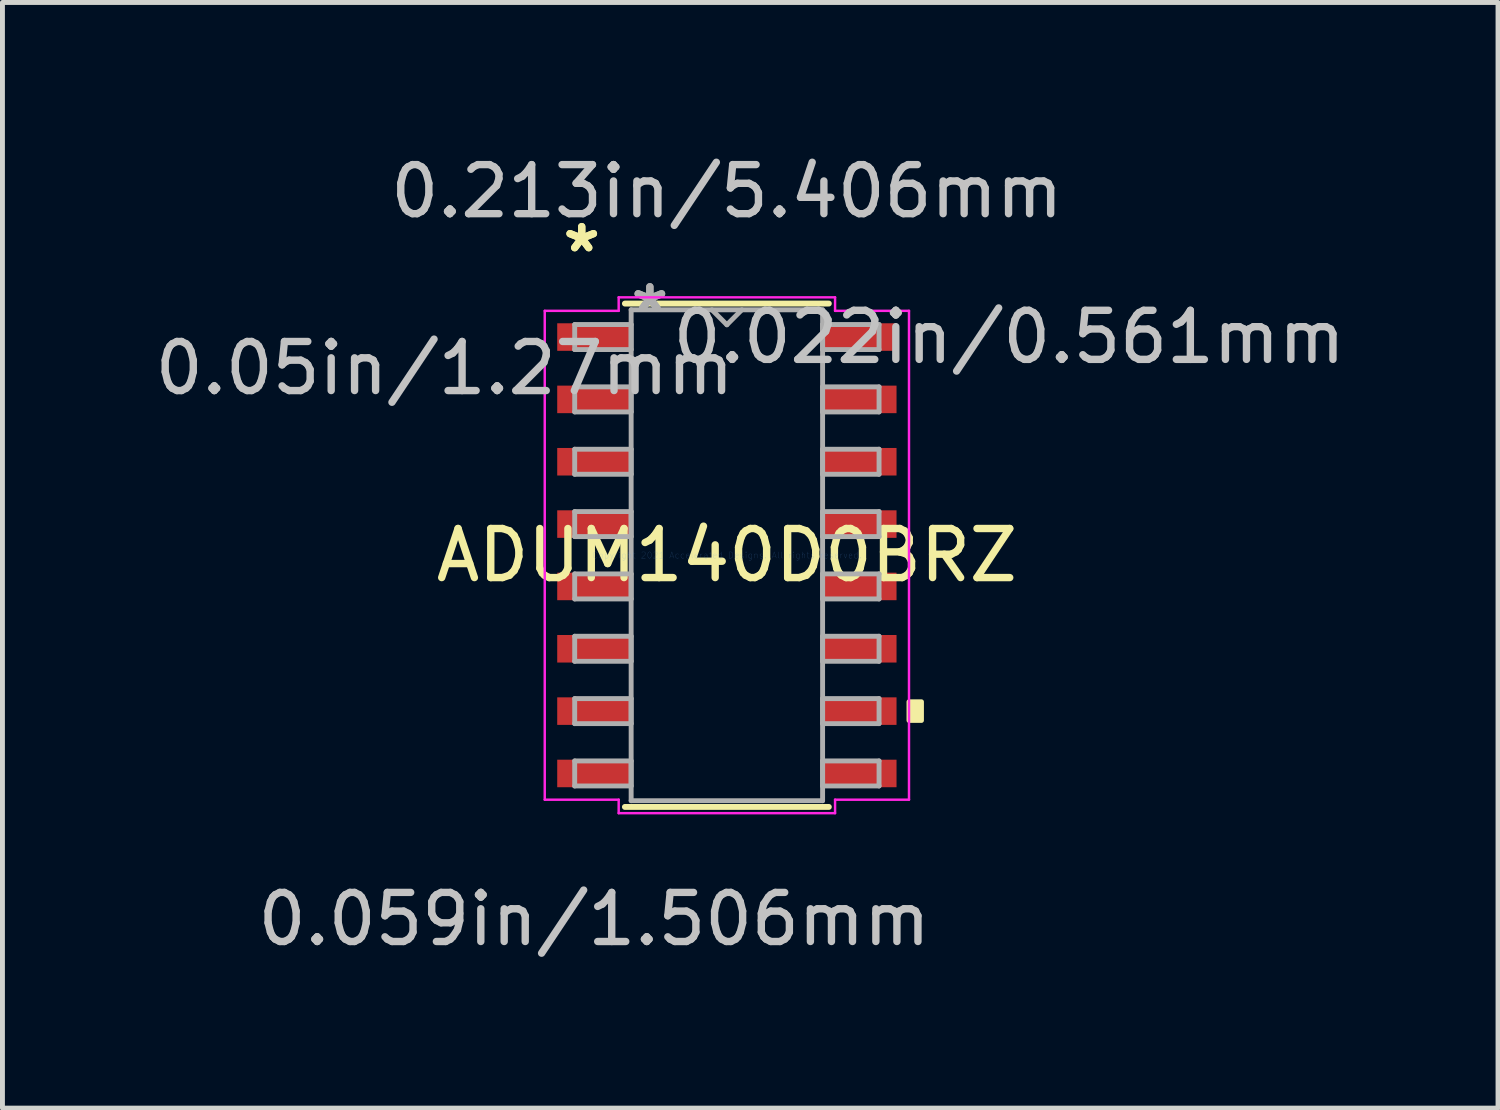
<source format=kicad_pcb>
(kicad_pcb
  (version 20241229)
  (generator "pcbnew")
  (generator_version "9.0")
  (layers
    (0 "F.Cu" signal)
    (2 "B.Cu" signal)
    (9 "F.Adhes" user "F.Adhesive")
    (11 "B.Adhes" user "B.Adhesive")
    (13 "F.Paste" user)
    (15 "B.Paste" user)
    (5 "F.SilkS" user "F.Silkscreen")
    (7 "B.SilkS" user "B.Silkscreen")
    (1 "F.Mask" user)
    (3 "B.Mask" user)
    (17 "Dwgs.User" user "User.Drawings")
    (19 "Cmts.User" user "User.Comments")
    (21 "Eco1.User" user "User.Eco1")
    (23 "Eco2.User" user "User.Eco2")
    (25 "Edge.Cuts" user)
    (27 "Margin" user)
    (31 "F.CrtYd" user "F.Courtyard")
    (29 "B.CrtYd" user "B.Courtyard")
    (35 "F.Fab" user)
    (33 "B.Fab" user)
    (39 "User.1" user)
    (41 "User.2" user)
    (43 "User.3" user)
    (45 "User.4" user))
  (footprint "ADUM140D0BRZ"
    (layer "F.Cu")
    (at 11.757 8.261)
    (property "Reference" "ADUM140D0BRZ" (at 0 0 0) (layer "F.SilkS") (effects (font (size 1 1) (thickness 0.15))))
    (attr through_hole)
    (fp_line (start -2.077 5.127) (end 2.077 5.127) (stroke (width 0.12) (type solid)) (layer "F.SilkS"))
    (fp_line (start 2.077 -5.127) (end -2.077 -5.127) (stroke (width 0.12) (type solid)) (layer "F.SilkS"))
    (fp_poly (pts (xy 3.964 2.985) (xy 3.964 3.365) (xy 3.71 3.365) (xy 3.71 2.985)) (stroke (width 0.1) (type solid)) (fill yes) (layer "F.SilkS"))
    (fp_line (start -3.71 -4.979) (end -2.204 -4.979) (stroke (width 0.05) (type solid)) (layer "F.CrtYd"))
    (fp_line (start -3.71 4.979) (end -3.71 -4.979) (stroke (width 0.05) (type solid)) (layer "F.CrtYd"))
    (fp_line (start -2.204 -5.254) (end 2.204 -5.254) (stroke (width 0.05) (type solid)) (layer "F.CrtYd"))
    (fp_line (start -2.204 -4.979) (end -2.204 -5.254) (stroke (width 0.05) (type solid)) (layer "F.CrtYd"))
    (fp_line (start -2.204 4.979) (end -3.71 4.979) (stroke (width 0.05) (type solid)) (layer "F.CrtYd"))
    (fp_line (start -2.204 5.254) (end -2.204 4.979) (stroke (width 0.05) (type solid)) (layer "F.CrtYd"))
    (fp_line (start 2.204 -5.254) (end 2.204 -4.979) (stroke (width 0.05) (type solid)) (layer "F.CrtYd"))
    (fp_line (start 2.204 -4.979) (end 3.71 -4.979) (stroke (width 0.05) (type solid)) (layer "F.CrtYd"))
    (fp_line (start 2.204 4.979) (end 2.204 5.254) (stroke (width 0.05) (type solid)) (layer "F.CrtYd"))
    (fp_line (start 2.204 5.254) (end -2.204 5.254) (stroke (width 0.05) (type solid)) (layer "F.CrtYd"))
    (fp_line (start 3.71 -4.979) (end 3.71 4.979) (stroke (width 0.05) (type solid)) (layer "F.CrtYd"))
    (fp_line (start 3.71 4.979) (end 2.204 4.979) (stroke (width 0.05) (type solid)) (layer "F.CrtYd"))
    (fp_line (start -3.1 -4.7) (end -3.1 -4.19) (stroke (width 0.1) (type solid)) (layer "F.Fab"))
    (fp_line (start -3.1 -4.19) (end -1.95 -4.19) (stroke (width 0.1) (type solid)) (layer "F.Fab"))
    (fp_line (start -3.1 -3.43) (end -3.1 -2.92) (stroke (width 0.1) (type solid)) (layer "F.Fab"))
    (fp_line (start -3.1 -2.92) (end -1.95 -2.92) (stroke (width 0.1) (type solid)) (layer "F.Fab"))
    (fp_line (start -3.1 -2.16) (end -3.1 -1.65) (stroke (width 0.1) (type solid)) (layer "F.Fab"))
    (fp_line (start -3.1 -1.65) (end -1.95 -1.65) (stroke (width 0.1) (type solid)) (layer "F.Fab"))
    (fp_line (start -3.1 -0.89) (end -3.1 -0.38) (stroke (width 0.1) (type solid)) (layer "F.Fab"))
    (fp_line (start -3.1 -0.38) (end -1.95 -0.38) (stroke (width 0.1) (type solid)) (layer "F.Fab"))
    (fp_line (start -3.1 0.38) (end -3.1 0.89) (stroke (width 0.1) (type solid)) (layer "F.Fab"))
    (fp_line (start -3.1 0.89) (end -1.95 0.89) (stroke (width 0.1) (type solid)) (layer "F.Fab"))
    (fp_line (start -3.1 1.65) (end -3.1 2.16) (stroke (width 0.1) (type solid)) (layer "F.Fab"))
    (fp_line (start -3.1 2.16) (end -1.95 2.16) (stroke (width 0.1) (type solid)) (layer "F.Fab"))
    (fp_line (start -3.1 2.92) (end -3.1 3.43) (stroke (width 0.1) (type solid)) (layer "F.Fab"))
    (fp_line (start -3.1 3.43) (end -1.95 3.43) (stroke (width 0.1) (type solid)) (layer "F.Fab"))
    (fp_line (start -3.1 4.19) (end -3.1 4.7) (stroke (width 0.1) (type solid)) (layer "F.Fab"))
    (fp_line (start -3.1 4.7) (end -1.95 4.7) (stroke (width 0.1) (type solid)) (layer "F.Fab"))
    (fp_line (start -1.95 -5) (end -1.95 5) (stroke (width 0.1) (type solid)) (layer "F.Fab"))
    (fp_line (start -1.95 -4.7) (end -3.1 -4.7) (stroke (width 0.1) (type solid)) (layer "F.Fab"))
    (fp_line (start -1.95 -4.19) (end -1.95 -4.7) (stroke (width 0.1) (type solid)) (layer "F.Fab"))
    (fp_line (start -1.95 -3.43) (end -3.1 -3.43) (stroke (width 0.1) (type solid)) (layer "F.Fab"))
    (fp_line (start -1.95 -2.92) (end -1.95 -3.43) (stroke (width 0.1) (type solid)) (layer "F.Fab"))
    (fp_line (start -1.95 -2.16) (end -3.1 -2.16) (stroke (width 0.1) (type solid)) (layer "F.Fab"))
    (fp_line (start -1.95 -1.65) (end -1.95 -2.16) (stroke (width 0.1) (type solid)) (layer "F.Fab"))
    (fp_line (start -1.95 -0.89) (end -3.1 -0.89) (stroke (width 0.1) (type solid)) (layer "F.Fab"))
    (fp_line (start -1.95 -0.38) (end -1.95 -0.89) (stroke (width 0.1) (type solid)) (layer "F.Fab"))
    (fp_line (start -1.95 0.38) (end -3.1 0.38) (stroke (width 0.1) (type solid)) (layer "F.Fab"))
    (fp_line (start -1.95 0.89) (end -1.95 0.38) (stroke (width 0.1) (type solid)) (layer "F.Fab"))
    (fp_line (start -1.95 1.65) (end -3.1 1.65) (stroke (width 0.1) (type solid)) (layer "F.Fab"))
    (fp_line (start -1.95 2.16) (end -1.95 1.65) (stroke (width 0.1) (type solid)) (layer "F.Fab"))
    (fp_line (start -1.95 2.92) (end -3.1 2.92) (stroke (width 0.1) (type solid)) (layer "F.Fab"))
    (fp_line (start -1.95 3.43) (end -1.95 2.92) (stroke (width 0.1) (type solid)) (layer "F.Fab"))
    (fp_line (start -1.95 4.19) (end -3.1 4.19) (stroke (width 0.1) (type solid)) (layer "F.Fab"))
    (fp_line (start -1.95 4.7) (end -1.95 4.19) (stroke (width 0.1) (type solid)) (layer "F.Fab"))
    (fp_line (start -1.95 5) (end 1.95 5) (stroke (width 0.1) (type solid)) (layer "F.Fab"))
    (fp_line (start -0.305 -5) (end 0 -4.695) (stroke (width 0.1) (type solid)) (layer "F.Fab"))
    (fp_line (start 0 -4.695) (end 0.305 -5) (stroke (width 0.1) (type solid)) (layer "F.Fab"))
    (fp_line (start 1.95 -5) (end -1.95 -5) (stroke (width 0.1) (type solid)) (layer "F.Fab"))
    (fp_line (start 1.95 -4.7) (end 1.95 -4.19) (stroke (width 0.1) (type solid)) (layer "F.Fab"))
    (fp_line (start 1.95 -4.19) (end 3.1 -4.19) (stroke (width 0.1) (type solid)) (layer "F.Fab"))
    (fp_line (start 1.95 -3.43) (end 1.95 -2.92) (stroke (width 0.1) (type solid)) (layer "F.Fab"))
    (fp_line (start 1.95 -2.92) (end 3.1 -2.92) (stroke (width 0.1) (type solid)) (layer "F.Fab"))
    (fp_line (start 1.95 -2.16) (end 1.95 -1.65) (stroke (width 0.1) (type solid)) (layer "F.Fab"))
    (fp_line (start 1.95 -1.65) (end 3.1 -1.65) (stroke (width 0.1) (type solid)) (layer "F.Fab"))
    (fp_line (start 1.95 -0.89) (end 1.95 -0.38) (stroke (width 0.1) (type solid)) (layer "F.Fab"))
    (fp_line (start 1.95 -0.38) (end 3.1 -0.38) (stroke (width 0.1) (type solid)) (layer "F.Fab"))
    (fp_line (start 1.95 0.38) (end 1.95 0.89) (stroke (width 0.1) (type solid)) (layer "F.Fab"))
    (fp_line (start 1.95 0.89) (end 3.1 0.89) (stroke (width 0.1) (type solid)) (layer "F.Fab"))
    (fp_line (start 1.95 1.65) (end 1.95 2.16) (stroke (width 0.1) (type solid)) (layer "F.Fab"))
    (fp_line (start 1.95 2.16) (end 3.1 2.16) (stroke (width 0.1) (type solid)) (layer "F.Fab"))
    (fp_line (start 1.95 2.92) (end 1.95 3.43) (stroke (width 0.1) (type solid)) (layer "F.Fab"))
    (fp_line (start 1.95 3.43) (end 3.1 3.43) (stroke (width 0.1) (type solid)) (layer "F.Fab"))
    (fp_line (start 1.95 4.19) (end 1.95 4.7) (stroke (width 0.1) (type solid)) (layer "F.Fab"))
    (fp_line (start 1.95 4.7) (end 3.1 4.7) (stroke (width 0.1) (type solid)) (layer "F.Fab"))
    (fp_line (start 1.95 5) (end 1.95 -5) (stroke (width 0.1) (type solid)) (layer "F.Fab"))
    (fp_line (start 3.1 -4.7) (end 1.95 -4.7) (stroke (width 0.1) (type solid)) (layer "F.Fab"))
    (fp_line (start 3.1 -4.19) (end 3.1 -4.7) (stroke (width 0.1) (type solid)) (layer "F.Fab"))
    (fp_line (start 3.1 -3.43) (end 1.95 -3.43) (stroke (width 0.1) (type solid)) (layer "F.Fab"))
    (fp_line (start 3.1 -2.92) (end 3.1 -3.43) (stroke (width 0.1) (type solid)) (layer "F.Fab"))
    (fp_line (start 3.1 -2.16) (end 1.95 -2.16) (stroke (width 0.1) (type solid)) (layer "F.Fab"))
    (fp_line (start 3.1 -1.65) (end 3.1 -2.16) (stroke (width 0.1) (type solid)) (layer "F.Fab"))
    (fp_line (start 3.1 -0.89) (end 1.95 -0.89) (stroke (width 0.1) (type solid)) (layer "F.Fab"))
    (fp_line (start 3.1 -0.38) (end 3.1 -0.89) (stroke (width 0.1) (type solid)) (layer "F.Fab"))
    (fp_line (start 3.1 0.38) (end 1.95 0.38) (stroke (width 0.1) (type solid)) (layer "F.Fab"))
    (fp_line (start 3.1 0.89) (end 3.1 0.38) (stroke (width 0.1) (type solid)) (layer "F.Fab"))
    (fp_line (start 3.1 1.65) (end 1.95 1.65) (stroke (width 0.1) (type solid)) (layer "F.Fab"))
    (fp_line (start 3.1 2.16) (end 3.1 1.65) (stroke (width 0.1) (type solid)) (layer "F.Fab"))
    (fp_line (start 3.1 2.92) (end 1.95 2.92) (stroke (width 0.1) (type solid)) (layer "F.Fab"))
    (fp_line (start 3.1 3.43) (end 3.1 2.92) (stroke (width 0.1) (type solid)) (layer "F.Fab"))
    (fp_line (start 3.1 4.19) (end 1.95 4.19) (stroke (width 0.1) (type solid)) (layer "F.Fab"))
    (fp_line (start 3.1 4.7) (end 3.1 4.19) (stroke (width 0.1) (type solid)) (layer "F.Fab"))
    (fp_text user "*" (at -2.957 -6.149 0) (layer "F.SilkS") (effects (font (size 1 1) (thickness 0.15))))
    (fp_text user "*" (at -2.957 -6.149 0) (layer "F.SilkS") (effects (font (size 1 1) (thickness 0.15))))
    (fp_text user "0.059in/1.506mm" (at -2.703 7.413 0) (layer "Dwgs.User") (effects (font (size 1 1) (thickness 0.15))))
    (fp_text user "0.05in/1.27mm" (at -5.751 -3.81 0) (layer "Dwgs.User") (effects (font (size 1 1) (thickness 0.15))))
    (fp_text user "0.213in/5.406mm" (at 0 -7.413 0) (layer "Dwgs.User") (effects (font (size 1 1) (thickness 0.15))))
    (fp_text user "0.022in/0.561mm" (at 5.751 -4.445 0) (layer "Dwgs.User") (effects (font (size 1 1) (thickness 0.15))))
    (fp_text user "Copyright 2021 Accelerated Designs. All rights reserved." (at 0 0 0) (layer "Cmts.User") (effects (font (size 0.127 0.127) (thickness 0.002))))
    (fp_text user "*" (at -1.569 -4.924 0) (layer "F.Fab") (effects (font (size 1 1) (thickness 0.15))))
    (fp_text user "*" (at -1.569 -4.924 0) (layer "F.Fab") (effects (font (size 1 1) (thickness 0.15))))
    (pad "1" smd rect (at -2.703 -4.445) (size 1.506 0.561) (layers "F.Cu" "F.Mask" "F.Paste"))
    (pad "2" smd rect (at -2.703 -3.175) (size 1.506 0.561) (layers "F.Cu" "F.Mask" "F.Paste"))
    (pad "3" smd rect (at -2.703 -1.905) (size 1.506 0.561) (layers "F.Cu" "F.Mask" "F.Paste"))
    (pad "4" smd rect (at -2.703 -0.635) (size 1.506 0.561) (layers "F.Cu" "F.Mask" "F.Paste"))
    (pad "5" smd rect (at -2.703 0.635) (size 1.506 0.561) (layers "F.Cu" "F.Mask" "F.Paste"))
    (pad "6" smd rect (at -2.703 1.905) (size 1.506 0.561) (layers "F.Cu" "F.Mask" "F.Paste"))
    (pad "7" smd rect (at -2.703 3.175) (size 1.506 0.561) (layers "F.Cu" "F.Mask" "F.Paste"))
    (pad "8" smd rect (at -2.703 4.445) (size 1.506 0.561) (layers "F.Cu" "F.Mask" "F.Paste"))
    (pad "9" smd rect (at 2.703 4.445) (size 1.506 0.561) (layers "F.Cu" "F.Mask" "F.Paste"))
    (pad "10" smd rect (at 2.703 3.175) (size 1.506 0.561) (layers "F.Cu" "F.Mask" "F.Paste"))
    (pad "11" smd rect (at 2.703 1.905) (size 1.506 0.561) (layers "F.Cu" "F.Mask" "F.Paste"))
    (pad "12" smd rect (at 2.703 0.635) (size 1.506 0.561) (layers "F.Cu" "F.Mask" "F.Paste"))
    (pad "13" smd rect (at 2.703 -0.635) (size 1.506 0.561) (layers "F.Cu" "F.Mask" "F.Paste"))
    (pad "14" smd rect (at 2.703 -1.905) (size 1.506 0.561) (layers "F.Cu" "F.Mask" "F.Paste"))
    (pad "15" smd rect (at 2.703 -3.175) (size 1.506 0.561) (layers "F.Cu" "F.Mask" "F.Paste"))
    (pad "16" smd rect (at 2.703 -4.445) (size 1.506 0.561) (layers "F.Cu" "F.Mask" "F.Paste")))
  (gr_rect
    (start -3 -3)
    (end 27.466 19.523)
    (stroke (width 0.1) (type default))
    (fill no)
    (layer "Edge.Cuts")))
</source>
